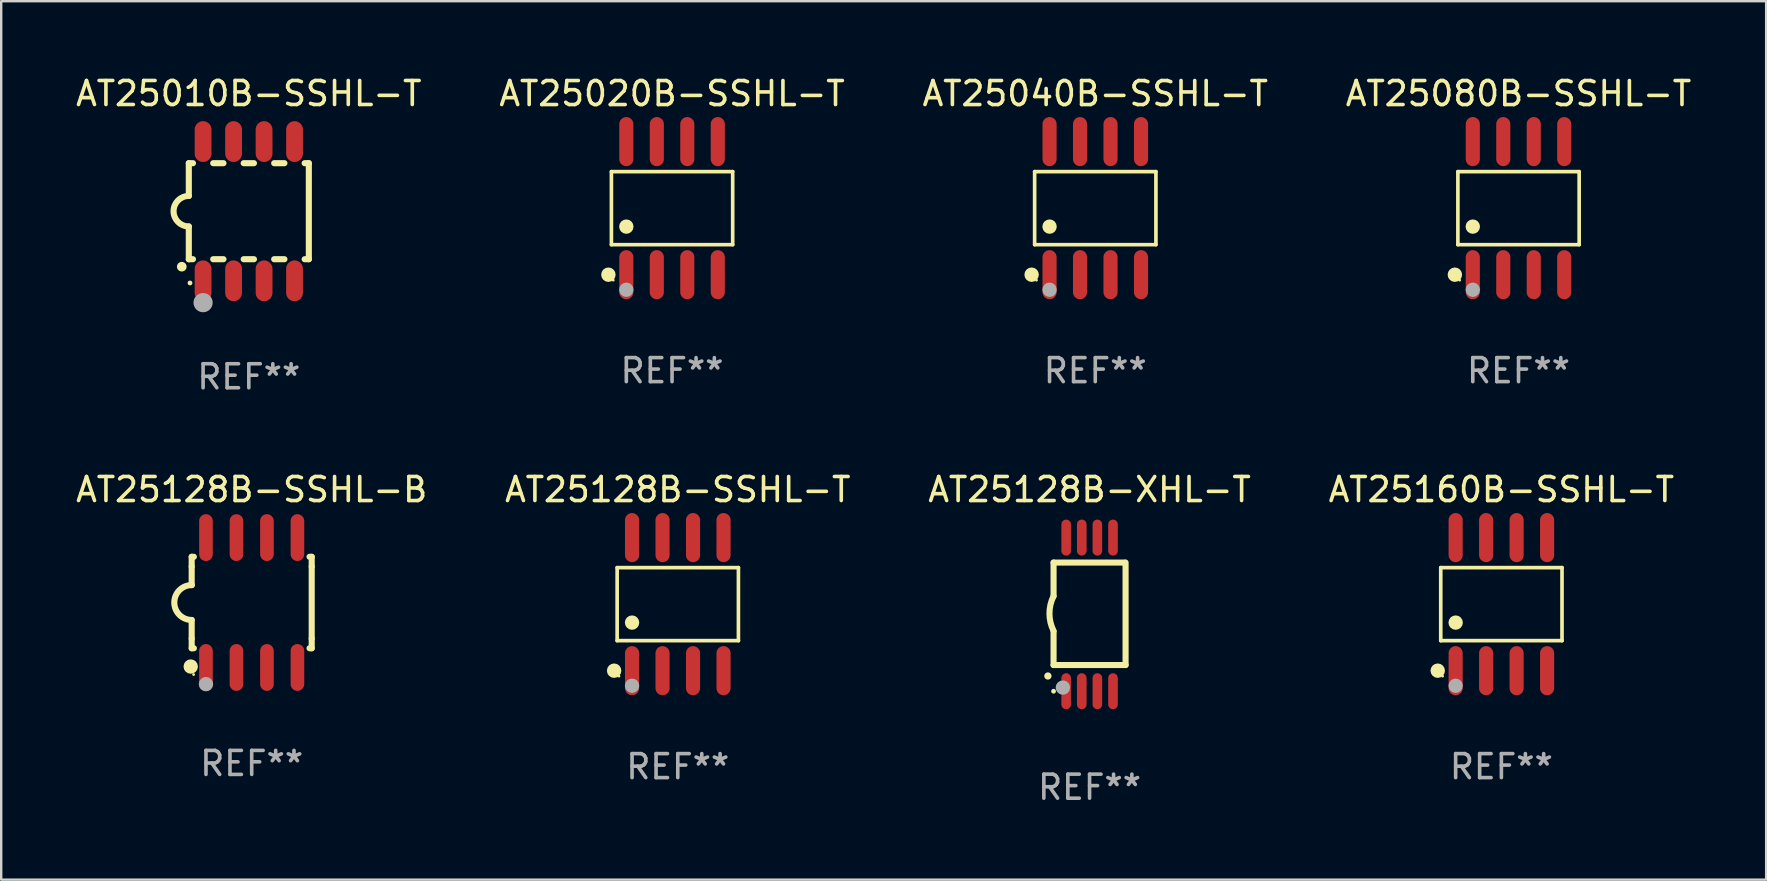
<source format=kicad_pcb>
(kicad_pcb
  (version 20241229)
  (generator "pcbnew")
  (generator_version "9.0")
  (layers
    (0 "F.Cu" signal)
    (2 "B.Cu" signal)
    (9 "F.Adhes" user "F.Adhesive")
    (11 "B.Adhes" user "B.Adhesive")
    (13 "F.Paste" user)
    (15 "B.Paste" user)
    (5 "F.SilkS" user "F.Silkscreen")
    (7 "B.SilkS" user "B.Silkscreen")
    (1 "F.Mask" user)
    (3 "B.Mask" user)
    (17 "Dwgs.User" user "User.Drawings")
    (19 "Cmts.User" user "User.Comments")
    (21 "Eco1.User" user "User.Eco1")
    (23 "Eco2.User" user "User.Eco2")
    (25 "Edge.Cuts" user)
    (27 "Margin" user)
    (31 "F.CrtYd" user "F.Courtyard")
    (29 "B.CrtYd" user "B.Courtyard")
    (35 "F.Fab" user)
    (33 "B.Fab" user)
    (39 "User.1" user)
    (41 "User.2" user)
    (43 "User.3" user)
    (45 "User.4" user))
  (footprint "AT25160B-SSHL-T"
    (layer "F.Cu")
    (at 59.494 22.117)
    (property "Reference" "AT25160B-SSHL-T" (at 0 -4.772 0) (layer "F.SilkS") (effects (font (size 1 1) (thickness 0.15))))
    (attr through_hole)
    (fp_line (start -2.526 -1.521) (end 2.526 -1.521) (stroke (width 0.152) (type solid)) (layer "F.SilkS"))
    (fp_line (start -2.526 1.521) (end -2.526 -1.521) (stroke (width 0.152) (type solid)) (layer "F.SilkS"))
    (fp_line (start 2.526 -1.521) (end 2.526 1.521) (stroke (width 0.152) (type solid)) (layer "F.SilkS"))
    (fp_line (start 2.526 1.521) (end -2.526 1.521) (stroke (width 0.152) (type solid)) (layer "F.SilkS"))
    (fp_circle (center -2.652 2.772) (end -2.501 2.772) (stroke (width 0.3) (type solid)) (fill no) (layer "F.SilkS"))
    (fp_circle (center -2.45 3) (end -2.42 3) (stroke (width 0.06) (type solid)) (fill no) (layer "F.SilkS"))
    (fp_circle (center -1.905 0.769) (end -1.755 0.769) (stroke (width 0.3) (type solid)) (fill no) (layer "F.SilkS"))
    (fp_circle (center -1.905 3.4) (end -1.755 3.4) (stroke (width 0.3) (type solid)) (fill no) (layer "F.Fab"))
    (fp_text user "REF**" (at 0 6.772 0) (layer "F.Fab") (effects (font (size 1 1) (thickness 0.15))))
    (pad "1" smd oval (at -1.905 2.772) (size 0.588 2.045) (layers "F.Cu" "F.Mask" "F.Paste"))
    (pad "2" smd oval (at -0.635 2.772) (size 0.588 2.045) (layers "F.Cu" "F.Mask" "F.Paste"))
    (pad "3" smd oval (at 0.635 2.772) (size 0.588 2.045) (layers "F.Cu" "F.Mask" "F.Paste"))
    (pad "4" smd oval (at 1.905 2.772) (size 0.588 2.045) (layers "F.Cu" "F.Mask" "F.Paste"))
    (pad "5" smd oval (at 1.905 -2.772) (size 0.588 2.045) (layers "F.Cu" "F.Mask" "F.Paste"))
    (pad "6" smd oval (at 0.635 -2.772) (size 0.588 2.045) (layers "F.Cu" "F.Mask" "F.Paste"))
    (pad "7" smd oval (at -0.635 -2.772) (size 0.588 2.045) (layers "F.Cu" "F.Mask" "F.Paste"))
    (pad "8" smd oval (at -1.905 -2.772) (size 0.588 2.045) (layers "F.Cu" "F.Mask" "F.Paste")))
  (footprint "AT25080B-SSHL-T"
    (layer "F.Cu")
    (at 60.208 5.621)
    (property "Reference" "AT25080B-SSHL-T" (at 0 -4.772 0) (layer "F.SilkS") (effects (font (size 1 1) (thickness 0.15))))
    (attr through_hole)
    (fp_line (start -2.526 -1.521) (end 2.526 -1.521) (stroke (width 0.152) (type solid)) (layer "F.SilkS"))
    (fp_line (start -2.526 1.521) (end -2.526 -1.521) (stroke (width 0.152) (type solid)) (layer "F.SilkS"))
    (fp_line (start 2.526 -1.521) (end 2.526 1.521) (stroke (width 0.152) (type solid)) (layer "F.SilkS"))
    (fp_line (start 2.526 1.521) (end -2.526 1.521) (stroke (width 0.152) (type solid)) (layer "F.SilkS"))
    (fp_circle (center -2.652 2.772) (end -2.501 2.772) (stroke (width 0.3) (type solid)) (fill no) (layer "F.SilkS"))
    (fp_circle (center -2.45 3) (end -2.42 3) (stroke (width 0.06) (type solid)) (fill no) (layer "F.SilkS"))
    (fp_circle (center -1.905 0.769) (end -1.755 0.769) (stroke (width 0.3) (type solid)) (fill no) (layer "F.SilkS"))
    (fp_circle (center -1.905 3.4) (end -1.755 3.4) (stroke (width 0.3) (type solid)) (fill no) (layer "F.Fab"))
    (fp_text user "REF**" (at 0 6.772 0) (layer "F.Fab") (effects (font (size 1 1) (thickness 0.15))))
    (pad "1" smd oval (at -1.905 2.772) (size 0.588 2.045) (layers "F.Cu" "F.Mask" "F.Paste"))
    (pad "2" smd oval (at -0.635 2.772) (size 0.588 2.045) (layers "F.Cu" "F.Mask" "F.Paste"))
    (pad "3" smd oval (at 0.635 2.772) (size 0.588 2.045) (layers "F.Cu" "F.Mask" "F.Paste"))
    (pad "4" smd oval (at 1.905 2.772) (size 0.588 2.045) (layers "F.Cu" "F.Mask" "F.Paste"))
    (pad "5" smd oval (at 1.905 -2.772) (size 0.588 2.045) (layers "F.Cu" "F.Mask" "F.Paste"))
    (pad "6" smd oval (at 0.635 -2.772) (size 0.588 2.045) (layers "F.Cu" "F.Mask" "F.Paste"))
    (pad "7" smd oval (at -0.635 -2.772) (size 0.588 2.045) (layers "F.Cu" "F.Mask" "F.Paste"))
    (pad "8" smd oval (at -1.905 -2.772) (size 0.588 2.045) (layers "F.Cu" "F.Mask" "F.Paste")))
  (footprint "AT25040B-SSHL-T"
    (layer "F.Cu")
    (at 42.577 5.621)
    (property "Reference" "AT25040B-SSHL-T" (at 0 -4.772 0) (layer "F.SilkS") (effects (font (size 1 1) (thickness 0.15))))
    (attr through_hole)
    (fp_line (start -2.526 -1.521) (end 2.526 -1.521) (stroke (width 0.152) (type solid)) (layer "F.SilkS"))
    (fp_line (start -2.526 1.521) (end -2.526 -1.521) (stroke (width 0.152) (type solid)) (layer "F.SilkS"))
    (fp_line (start 2.526 -1.521) (end 2.526 1.521) (stroke (width 0.152) (type solid)) (layer "F.SilkS"))
    (fp_line (start 2.526 1.521) (end -2.526 1.521) (stroke (width 0.152) (type solid)) (layer "F.SilkS"))
    (fp_circle (center -2.652 2.772) (end -2.501 2.772) (stroke (width 0.3) (type solid)) (fill no) (layer "F.SilkS"))
    (fp_circle (center -2.45 3) (end -2.42 3) (stroke (width 0.06) (type solid)) (fill no) (layer "F.SilkS"))
    (fp_circle (center -1.905 0.769) (end -1.755 0.769) (stroke (width 0.3) (type solid)) (fill no) (layer "F.SilkS"))
    (fp_circle (center -1.905 3.4) (end -1.755 3.4) (stroke (width 0.3) (type solid)) (fill no) (layer "F.Fab"))
    (fp_text user "REF**" (at 0 6.772 0) (layer "F.Fab") (effects (font (size 1 1) (thickness 0.15))))
    (pad "1" smd oval (at -1.905 2.772) (size 0.588 2.045) (layers "F.Cu" "F.Mask" "F.Paste"))
    (pad "2" smd oval (at -0.635 2.772) (size 0.588 2.045) (layers "F.Cu" "F.Mask" "F.Paste"))
    (pad "3" smd oval (at 0.635 2.772) (size 0.588 2.045) (layers "F.Cu" "F.Mask" "F.Paste"))
    (pad "4" smd oval (at 1.905 2.772) (size 0.588 2.045) (layers "F.Cu" "F.Mask" "F.Paste"))
    (pad "5" smd oval (at 1.905 -2.772) (size 0.588 2.045) (layers "F.Cu" "F.Mask" "F.Paste"))
    (pad "6" smd oval (at 0.635 -2.772) (size 0.588 2.045) (layers "F.Cu" "F.Mask" "F.Paste"))
    (pad "7" smd oval (at -0.635 -2.772) (size 0.588 2.045) (layers "F.Cu" "F.Mask" "F.Paste"))
    (pad "8" smd oval (at -1.905 -2.772) (size 0.588 2.045) (layers "F.Cu" "F.Mask" "F.Paste")))
  (footprint "AT25020B-SSHL-T"
    (layer "F.Cu")
    (at 24.946 5.621)
    (property "Reference" "AT25020B-SSHL-T" (at 0 -4.772 0) (layer "F.SilkS") (effects (font (size 1 1) (thickness 0.15))))
    (attr through_hole)
    (fp_line (start -2.526 -1.521) (end 2.526 -1.521) (stroke (width 0.152) (type solid)) (layer "F.SilkS"))
    (fp_line (start -2.526 1.521) (end -2.526 -1.521) (stroke (width 0.152) (type solid)) (layer "F.SilkS"))
    (fp_line (start 2.526 -1.521) (end 2.526 1.521) (stroke (width 0.152) (type solid)) (layer "F.SilkS"))
    (fp_line (start 2.526 1.521) (end -2.526 1.521) (stroke (width 0.152) (type solid)) (layer "F.SilkS"))
    (fp_circle (center -2.652 2.772) (end -2.501 2.772) (stroke (width 0.3) (type solid)) (fill no) (layer "F.SilkS"))
    (fp_circle (center -2.45 3) (end -2.42 3) (stroke (width 0.06) (type solid)) (fill no) (layer "F.SilkS"))
    (fp_circle (center -1.905 0.769) (end -1.755 0.769) (stroke (width 0.3) (type solid)) (fill no) (layer "F.SilkS"))
    (fp_circle (center -1.905 3.4) (end -1.755 3.4) (stroke (width 0.3) (type solid)) (fill no) (layer "F.Fab"))
    (fp_text user "REF**" (at 0 6.772 0) (layer "F.Fab") (effects (font (size 1 1) (thickness 0.15))))
    (pad "1" smd oval (at -1.905 2.772) (size 0.588 2.045) (layers "F.Cu" "F.Mask" "F.Paste"))
    (pad "2" smd oval (at -0.635 2.772) (size 0.588 2.045) (layers "F.Cu" "F.Mask" "F.Paste"))
    (pad "3" smd oval (at 0.635 2.772) (size 0.588 2.045) (layers "F.Cu" "F.Mask" "F.Paste"))
    (pad "4" smd oval (at 1.905 2.772) (size 0.588 2.045) (layers "F.Cu" "F.Mask" "F.Paste"))
    (pad "5" smd oval (at 1.905 -2.772) (size 0.588 2.045) (layers "F.Cu" "F.Mask" "F.Paste"))
    (pad "6" smd oval (at 0.635 -2.772) (size 0.588 2.045) (layers "F.Cu" "F.Mask" "F.Paste"))
    (pad "7" smd oval (at -0.635 -2.772) (size 0.588 2.045) (layers "F.Cu" "F.Mask" "F.Paste"))
    (pad "8" smd oval (at -1.905 -2.772) (size 0.588 2.045) (layers "F.Cu" "F.Mask" "F.Paste")))
  (footprint "AT25128B-SSHL-B"
    (layer "F.Cu")
    (at 7.435 22.05)
    (property "Reference" "AT25128B-SSHL-B" (at 0 -4.705 0) (layer "F.SilkS") (effects (font (size 1 1) (thickness 0.15))))
    (attr through_hole)
    (fp_line (start -2.5 -1.905) (end -2.409 -1.905) (stroke (width 0.254) (type solid)) (layer "F.SilkS"))
    (fp_line (start -2.5 -1.5) (end -2.5 -1.905) (stroke (width 0.254) (type solid)) (layer "F.SilkS"))
    (fp_line (start -2.5 -1.5) (end -2.5 -0.726) (stroke (width 0.254) (type solid)) (layer "F.SilkS"))
    (fp_line (start -2.5 1.5) (end -2.5 0.727) (stroke (width 0.254) (type solid)) (layer "F.SilkS"))
    (fp_line (start -2.5 1.5) (end -2.5 1.905) (stroke (width 0.254) (type solid)) (layer "F.SilkS"))
    (fp_line (start -2.5 1.905) (end -2.409 1.905) (stroke (width 0.254) (type solid)) (layer "F.SilkS"))
    (fp_line (start 2.5 -1.905) (end 2.409 -1.905) (stroke (width 0.254) (type solid)) (layer "F.SilkS"))
    (fp_line (start 2.5 -1.5) (end 2.5 -1.905) (stroke (width 0.254) (type solid)) (layer "F.SilkS"))
    (fp_line (start 2.5 -1.5) (end 2.5 1.5) (stroke (width 0.254) (type solid)) (layer "F.SilkS"))
    (fp_line (start 2.5 1.5) (end 2.5 1.905) (stroke (width 0.254) (type solid)) (layer "F.SilkS"))
    (fp_line (start 2.5 1.905) (end 2.409 1.905) (stroke (width 0.254) (type solid)) (layer "F.SilkS"))
    (fp_arc (start -2.5 0.726568) (mid -3.220316 -0.0023) (end -2.495097 -0.726289) (stroke (width 0.254001) (type solid)) (layer "F.SilkS"))
    (fp_circle (center -2.54 2.667) (end -2.39 2.667) (stroke (width 0.3) (type solid)) (fill no) (layer "F.SilkS"))
    (fp_circle (center -2.42 3) (end -2.39 3) (stroke (width 0.06) (type solid)) (fill no) (layer "F.SilkS"))
    (fp_circle (center -1.905 3.4) (end -1.755 3.4) (stroke (width 0.3) (type solid)) (fill no) (layer "F.Fab"))
    (fp_text user "REF**" (at 0 6.705 0) (layer "F.Fab") (effects (font (size 1 1) (thickness 0.15))))
    (pad "1" smd oval (at -1.905 2.705) (size 0.568 1.95) (layers "F.Cu" "F.Mask" "F.Paste"))
    (pad "2" smd oval (at -0.635 2.705) (size 0.568 1.95) (layers "F.Cu" "F.Mask" "F.Paste"))
    (pad "3" smd oval (at 0.635 2.705) (size 0.568 1.95) (layers "F.Cu" "F.Mask" "F.Paste"))
    (pad "4" smd oval (at 1.905 2.705) (size 0.568 1.95) (layers "F.Cu" "F.Mask" "F.Paste"))
    (pad "5" smd oval (at 1.905 -2.705) (size 0.568 1.95) (layers "F.Cu" "F.Mask" "F.Paste"))
    (pad "6" smd oval (at 0.635 -2.705) (size 0.568 1.95) (layers "F.Cu" "F.Mask" "F.Paste"))
    (pad "7" smd oval (at -0.635 -2.705) (size 0.568 1.95) (layers "F.Cu" "F.Mask" "F.Paste"))
    (pad "8" smd oval (at -1.905 -2.705) (size 0.568 1.95) (layers "F.Cu" "F.Mask" "F.Paste")))
  (footprint "AT25128B-SSHL-T"
    (layer "F.Cu")
    (at 25.185 22.117)
    (property "Reference" "AT25128B-SSHL-T" (at 0 -4.772 0) (layer "F.SilkS") (effects (font (size 1 1) (thickness 0.15))))
    (attr through_hole)
    (fp_line (start -2.526 -1.521) (end 2.526 -1.521) (stroke (width 0.152) (type solid)) (layer "F.SilkS"))
    (fp_line (start -2.526 1.521) (end -2.526 -1.521) (stroke (width 0.152) (type solid)) (layer "F.SilkS"))
    (fp_line (start 2.526 -1.521) (end 2.526 1.521) (stroke (width 0.152) (type solid)) (layer "F.SilkS"))
    (fp_line (start 2.526 1.521) (end -2.526 1.521) (stroke (width 0.152) (type solid)) (layer "F.SilkS"))
    (fp_circle (center -2.652 2.772) (end -2.501 2.772) (stroke (width 0.3) (type solid)) (fill no) (layer "F.SilkS"))
    (fp_circle (center -2.45 3) (end -2.42 3) (stroke (width 0.06) (type solid)) (fill no) (layer "F.SilkS"))
    (fp_circle (center -1.905 0.769) (end -1.755 0.769) (stroke (width 0.3) (type solid)) (fill no) (layer "F.SilkS"))
    (fp_circle (center -1.905 3.4) (end -1.755 3.4) (stroke (width 0.3) (type solid)) (fill no) (layer "F.Fab"))
    (fp_text user "REF**" (at 0 6.772 0) (layer "F.Fab") (effects (font (size 1 1) (thickness 0.15))))
    (pad "1" smd oval (at -1.905 2.772) (size 0.588 2.045) (layers "F.Cu" "F.Mask" "F.Paste"))
    (pad "2" smd oval (at -0.635 2.772) (size 0.588 2.045) (layers "F.Cu" "F.Mask" "F.Paste"))
    (pad "3" smd oval (at 0.635 2.772) (size 0.588 2.045) (layers "F.Cu" "F.Mask" "F.Paste"))
    (pad "4" smd oval (at 1.905 2.772) (size 0.588 2.045) (layers "F.Cu" "F.Mask" "F.Paste"))
    (pad "5" smd oval (at 1.905 -2.772) (size 0.588 2.045) (layers "F.Cu" "F.Mask" "F.Paste"))
    (pad "6" smd oval (at 0.635 -2.772) (size 0.588 2.045) (layers "F.Cu" "F.Mask" "F.Paste"))
    (pad "7" smd oval (at -0.635 -2.772) (size 0.588 2.045) (layers "F.Cu" "F.Mask" "F.Paste"))
    (pad "8" smd oval (at -1.905 -2.772) (size 0.588 2.045) (layers "F.Cu" "F.Mask" "F.Paste")))
  (footprint "AT25010B-SSHL-T"
    (layer "F.Cu")
    (at 7.315 5.748)
    (property "Reference" "AT25010B-SSHL-T" (at 0 -4.9 0) (layer "F.SilkS") (effects (font (size 1 1) (thickness 0.15))))
    (attr through_hole)
    (fp_line (start -2.5 -2) (end -2.5 -0.635) (stroke (width 0.254) (type solid)) (layer "F.SilkS"))
    (fp_line (start -2.5 -2) (end -2.326 -2) (stroke (width 0.254) (type solid)) (layer "F.SilkS"))
    (fp_line (start -2.5 2) (end -2.5 0.635) (stroke (width 0.254) (type solid)) (layer "F.SilkS"))
    (fp_line (start -2.5 2) (end -2.326 2) (stroke (width 0.254) (type solid)) (layer "F.SilkS"))
    (fp_line (start -1.484 -2) (end -1.056 -2) (stroke (width 0.254) (type solid)) (layer "F.SilkS"))
    (fp_line (start -1.484 2) (end -1.056 2) (stroke (width 0.254) (type solid)) (layer "F.SilkS"))
    (fp_line (start -0.214 -2) (end 0.214 -2) (stroke (width 0.254) (type solid)) (layer "F.SilkS"))
    (fp_line (start -0.214 2) (end 0.214 2) (stroke (width 0.254) (type solid)) (layer "F.SilkS"))
    (fp_line (start 1.056 -2) (end 1.484 -2) (stroke (width 0.254) (type solid)) (layer "F.SilkS"))
    (fp_line (start 1.056 2) (end 1.484 2) (stroke (width 0.254) (type solid)) (layer "F.SilkS"))
    (fp_line (start 2.326 -2) (end 2.5 -2) (stroke (width 0.254) (type solid)) (layer "F.SilkS"))
    (fp_line (start 2.326 2) (end 2.5 2) (stroke (width 0.254) (type solid)) (layer "F.SilkS"))
    (fp_line (start 2.5 -2) (end 2.5 2) (stroke (width 0.254) (type solid)) (layer "F.SilkS"))
    (fp_arc (start -2.794006 2.311405) (mid -2.792736 2.311401) (end -2.791466 2.311405) (stroke (width 0.4) (type solid)) (layer "F.SilkS"))
    (fp_arc (start -2.5 0.635001) (mid -3.134366 -0.000318) (end -2.499365 -0.635001) (stroke (width 0.254001) (type solid)) (layer "F.SilkS"))
    (fp_circle (center -2.45 2.99) (end -2.4 2.99) (stroke (width 0.1) (type solid)) (fill no) (layer "F.SilkS"))
    (fp_circle (center -1.905 3.81) (end -1.705 3.81) (stroke (width 0.4) (type solid)) (fill no) (layer "F.Fab"))
    (fp_text user "REF**" (at 0 6.9 0) (layer "F.Fab") (effects (font (size 1 1) (thickness 0.15))))
    (pad "1" smd oval (at -1.905 2.9 180) (size 0.7 1.7) (layers "F.Cu" "F.Mask" "F.Paste"))
    (pad "2" smd oval (at -0.635 2.9 180) (size 0.7 1.7) (layers "F.Cu" "F.Mask" "F.Paste"))
    (pad "3" smd oval (at 0.635 2.9 180) (size 0.7 1.7) (layers "F.Cu" "F.Mask" "F.Paste"))
    (pad "4" smd oval (at 1.905 2.9 180) (size 0.7 1.7) (layers "F.Cu" "F.Mask" "F.Paste"))
    (pad "5" smd oval (at 1.905 -2.9 180) (size 0.7 1.7) (layers "F.Cu" "F.Mask" "F.Paste"))
    (pad "6" smd oval (at 0.635 -2.9 180) (size 0.7 1.7) (layers "F.Cu" "F.Mask" "F.Paste"))
    (pad "7" smd oval (at -0.635 -2.9 180) (size 0.7 1.7) (layers "F.Cu" "F.Mask" "F.Paste"))
    (pad "8" smd oval (at -1.905 -2.9 180) (size 0.7 1.7) (layers "F.Cu" "F.Mask" "F.Paste")))
  (footprint "AT25128B-XHL-T"
    (layer "F.Cu")
    (at 42.339 22.545)
    (property "Reference" "AT25128B-XHL-T" (at 0 -5.2 0) (layer "F.SilkS") (effects (font (size 1 1) (thickness 0.15))))
    (attr through_hole)
    (fp_line (start -1.5 -0.762) (end -1.5 -2.159) (stroke (width 0.254) (type solid)) (layer "F.SilkS"))
    (fp_line (start -1.5 2.108) (end -1.5 0.711) (stroke (width 0.254) (type solid)) (layer "F.SilkS"))
    (fp_line (start -1.5 2.108) (end 1.5 2.108) (stroke (width 0.254) (type solid)) (layer "F.SilkS"))
    (fp_line (start 1.463 -2.159) (end -1.5 -2.159) (stroke (width 0.254) (type solid)) (layer "F.SilkS"))
    (fp_line (start 1.5 2.108) (end 1.5 -2.159) (stroke (width 0.254) (type solid)) (layer "F.SilkS"))
    (fp_arc (start -1.737287 2.565405) (mid -1.736017 2.5654) (end -1.734747 2.565405) (stroke (width 0.3) (type solid)) (layer "F.SilkS"))
    (fp_arc (start -1.500076 0.685801) (mid -1.670966 -0.0381) (end -1.500076 -0.762002) (stroke (width 0.254001) (type solid)) (layer "F.SilkS"))
    (fp_circle (center -1.5 3.2) (end -1.45 3.2) (stroke (width 0.1) (type solid)) (fill no) (layer "F.SilkS"))
    (fp_circle (center -1.112 3.048) (end -0.962 3.048) (stroke (width 0.3) (type solid)) (fill no) (layer "F.Fab"))
    (fp_text user "REF**" (at 0 7.2 0) (layer "F.Fab") (effects (font (size 1 1) (thickness 0.15))))
    (pad "1" smd oval (at -0.975 3.2 180) (size 0.4 1.5) (layers "F.Cu" "F.Mask" "F.Paste"))
    (pad "2" smd oval (at -0.325 3.2 180) (size 0.4 1.5) (layers "F.Cu" "F.Mask" "F.Paste"))
    (pad "3" smd oval (at 0.325 3.2 180) (size 0.4 1.5) (layers "F.Cu" "F.Mask" "F.Paste"))
    (pad "4" smd oval (at 0.976 3.2 180) (size 0.4 1.5) (layers "F.Cu" "F.Mask" "F.Paste"))
    (pad "5" smd oval (at 0.976 -3.2 180) (size 0.4 1.5) (layers "F.Cu" "F.Mask" "F.Paste"))
    (pad "6" smd oval (at 0.325 -3.2 180) (size 0.4 1.5) (layers "F.Cu" "F.Mask" "F.Paste"))
    (pad "7" smd oval (at -0.325 -3.2 180) (size 0.4 1.5) (layers "F.Cu" "F.Mask" "F.Paste"))
    (pad "8" smd oval (at -0.975 -3.2 180) (size 0.4 1.5) (layers "F.Cu" "F.Mask" "F.Paste")))
  (gr_rect
    (start -3 -3)
    (end 70.524 33.594)
    (stroke (width 0.1) (type default))
    (fill no)
    (layer "Edge.Cuts")))
</source>
